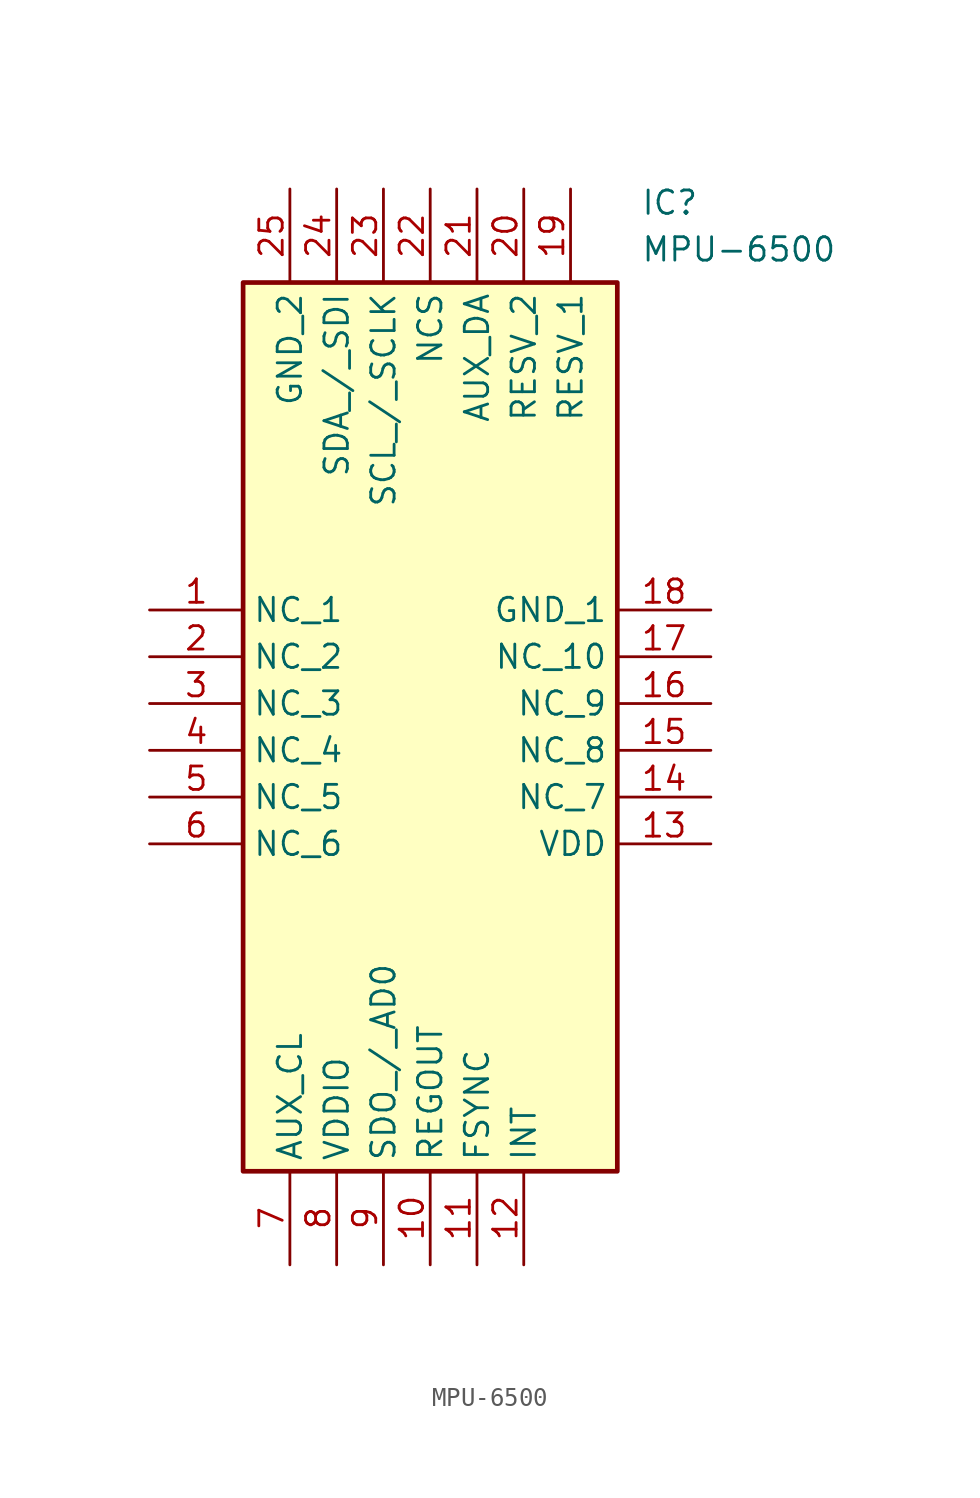
<source format=kicad_sym>
(kicad_symbol_lib
  (version 20211014)
  (generator SamacSys_ECAD_Model)
  (symbol "MPU-6500"
    (property "Reference" "IC"
      (at 26.67 22.86 0)
      (effects (font (size 1.27 1.27)) (justify left top)))
    (property "Value" "MPU-6500"
      (at 26.67 20.32 0)
      (effects (font (size 1.27 1.27)) (justify left top)))
    (rectangle
      (start 5.08 17.78)
      (end 25.4 -30.48)
      (stroke (width 0.254) (type default))
      (fill (type background)))
    (pin passive line
      (at 0 0 0)
      (length 5.08)
      (name "NC_1" (effects (font (size 1.27 1.27))))
      (number "1" (effects (font (size 1.27 1.27)))))
    (pin passive line
      (at 0 -2.54 0)
      (length 5.08)
      (name "NC_2" (effects (font (size 1.27 1.27))))
      (number "2" (effects (font (size 1.27 1.27)))))
    (pin passive line
      (at 0 -5.08 0)
      (length 5.08)
      (name "NC_3" (effects (font (size 1.27 1.27))))
      (number "3" (effects (font (size 1.27 1.27)))))
    (pin passive line
      (at 0 -7.62 0)
      (length 5.08)
      (name "NC_4" (effects (font (size 1.27 1.27))))
      (number "4" (effects (font (size 1.27 1.27)))))
    (pin passive line
      (at 0 -10.16 0)
      (length 5.08)
      (name "NC_5" (effects (font (size 1.27 1.27))))
      (number "5" (effects (font (size 1.27 1.27)))))
    (pin passive line
      (at 0 -12.7 0)
      (length 5.08)
      (name "NC_6" (effects (font (size 1.27 1.27))))
      (number "6" (effects (font (size 1.27 1.27)))))
    (pin passive line
      (at 7.62 -35.56 90)
      (length 5.08)
      (name "AUX_CL" (effects (font (size 1.27 1.27))))
      (number "7" (effects (font (size 1.27 1.27)))))
    (pin passive line
      (at 10.16 -35.56 90)
      (length 5.08)
      (name "VDDIO" (effects (font (size 1.27 1.27))))
      (number "8" (effects (font (size 1.27 1.27)))))
    (pin passive line
      (at 12.7 -35.56 90)
      (length 5.08)
      (name "SDO_/_AD0" (effects (font (size 1.27 1.27))))
      (number "9" (effects (font (size 1.27 1.27)))))
    (pin passive line
      (at 15.24 -35.56 90)
      (length 5.08)
      (name "REGOUT" (effects (font (size 1.27 1.27))))
      (number "10" (effects (font (size 1.27 1.27)))))
    (pin passive line
      (at 17.78 -35.56 90)
      (length 5.08)
      (name "FSYNC" (effects (font (size 1.27 1.27))))
      (number "11" (effects (font (size 1.27 1.27)))))
    (pin passive line
      (at 20.32 -35.56 90)
      (length 5.08)
      (name "INT" (effects (font (size 1.27 1.27))))
      (number "12" (effects (font (size 1.27 1.27)))))
    (pin passive line
      (at 30.48 0 180)
      (length 5.08)
      (name "GND_1" (effects (font (size 1.27 1.27))))
      (number "18" (effects (font (size 1.27 1.27)))))
    (pin passive line
      (at 30.48 -2.54 180)
      (length 5.08)
      (name "NC_10" (effects (font (size 1.27 1.27))))
      (number "17" (effects (font (size 1.27 1.27)))))
    (pin passive line
      (at 30.48 -5.08 180)
      (length 5.08)
      (name "NC_9" (effects (font (size 1.27 1.27))))
      (number "16" (effects (font (size 1.27 1.27)))))
    (pin passive line
      (at 30.48 -7.62 180)
      (length 5.08)
      (name "NC_8" (effects (font (size 1.27 1.27))))
      (number "15" (effects (font (size 1.27 1.27)))))
    (pin passive line
      (at 30.48 -10.16 180)
      (length 5.08)
      (name "NC_7" (effects (font (size 1.27 1.27))))
      (number "14" (effects (font (size 1.27 1.27)))))
    (pin passive line
      (at 30.48 -12.7 180)
      (length 5.08)
      (name "VDD" (effects (font (size 1.27 1.27))))
      (number "13" (effects (font (size 1.27 1.27)))))
    (pin passive line
      (at 7.62 22.86 270)
      (length 5.08)
      (name "GND_2" (effects (font (size 1.27 1.27))))
      (number "25" (effects (font (size 1.27 1.27)))))
    (pin passive line
      (at 10.16 22.86 270)
      (length 5.08)
      (name "SDA_/_SDI" (effects (font (size 1.27 1.27))))
      (number "24" (effects (font (size 1.27 1.27)))))
    (pin passive line
      (at 12.7 22.86 270)
      (length 5.08)
      (name "SCL_/_SCLK" (effects (font (size 1.27 1.27))))
      (number "23" (effects (font (size 1.27 1.27)))))
    (pin passive line
      (at 15.24 22.86 270)
      (length 5.08)
      (name "NCS" (effects (font (size 1.27 1.27))))
      (number "22" (effects (font (size 1.27 1.27)))))
    (pin passive line
      (at 17.78 22.86 270)
      (length 5.08)
      (name "AUX_DA" (effects (font (size 1.27 1.27))))
      (number "21" (effects (font (size 1.27 1.27)))))
    (pin passive line
      (at 20.32 22.86 270)
      (length 5.08)
      (name "RESV_2" (effects (font (size 1.27 1.27))))
      (number "20" (effects (font (size 1.27 1.27)))))
    (pin passive line
      (at 22.86 22.86 270)
      (length 5.08)
      (name "RESV_1" (effects (font (size 1.27 1.27))))
      (number "19" (effects (font (size 1.27 1.27)))))))
</source>
